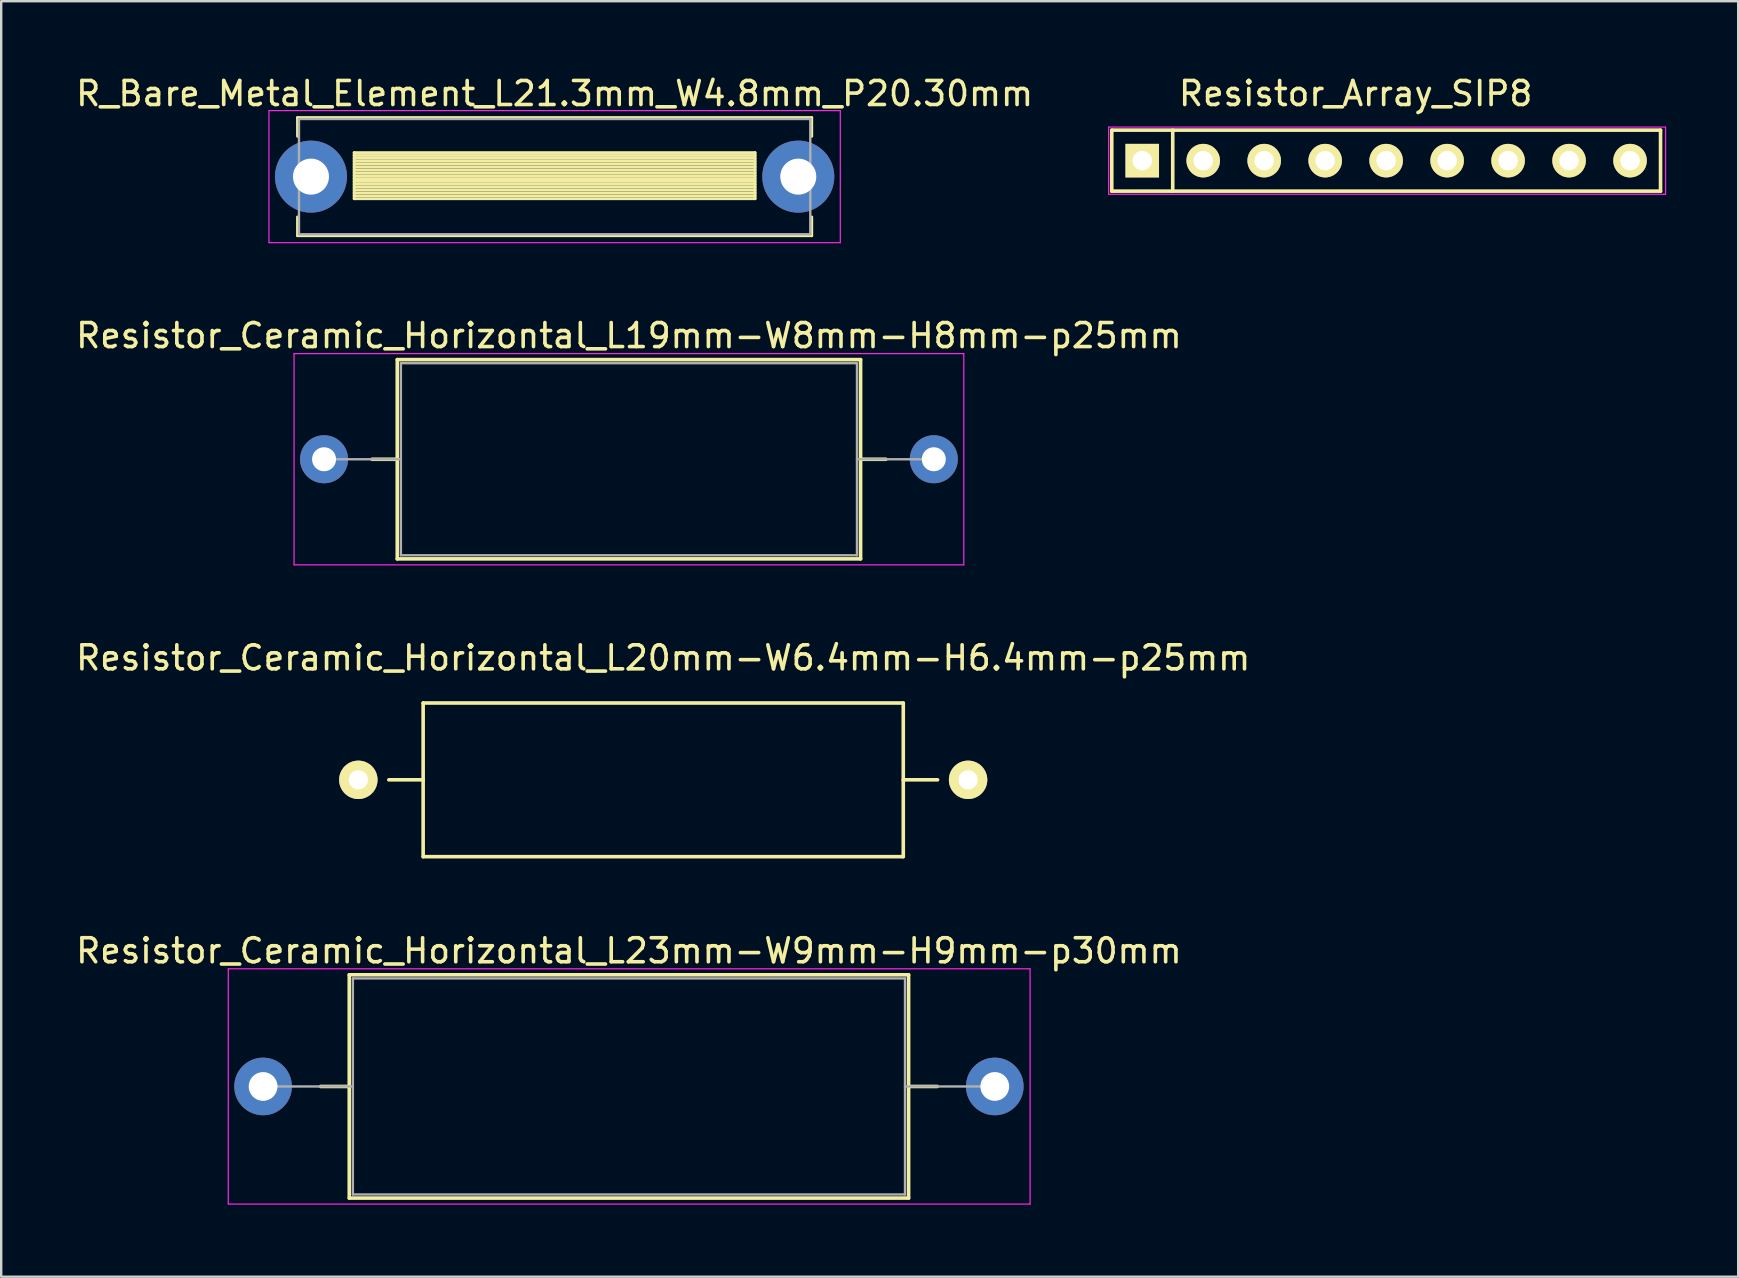
<source format=kicad_pcb>
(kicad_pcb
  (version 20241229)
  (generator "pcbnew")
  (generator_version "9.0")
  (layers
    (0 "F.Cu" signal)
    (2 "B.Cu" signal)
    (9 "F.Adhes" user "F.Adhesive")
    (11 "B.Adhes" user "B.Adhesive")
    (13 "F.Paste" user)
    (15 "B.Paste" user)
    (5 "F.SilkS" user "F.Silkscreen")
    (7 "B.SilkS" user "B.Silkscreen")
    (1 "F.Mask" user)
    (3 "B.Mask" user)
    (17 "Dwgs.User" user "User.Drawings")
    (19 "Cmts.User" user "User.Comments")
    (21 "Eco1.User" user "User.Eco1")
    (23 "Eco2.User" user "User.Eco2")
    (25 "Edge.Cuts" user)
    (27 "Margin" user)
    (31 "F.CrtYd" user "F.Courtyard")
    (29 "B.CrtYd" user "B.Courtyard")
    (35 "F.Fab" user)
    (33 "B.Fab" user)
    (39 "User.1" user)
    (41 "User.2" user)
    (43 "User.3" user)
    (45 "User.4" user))
  (footprint "Resistor_Ceramic_Horizontal_L19mm-W8mm-H8mm-p25mm"
    (layer "F.Cu")
    (at 10.449 16.081)
    (property "Reference" "Resistor_Ceramic_Horizontal_L19mm-W8mm-H8mm-p25mm" (at 12.7 -5.15 0) (layer "F.SilkS") (effects (font (size 1 1) (thickness 0.15))))
    (attr through_hole)
    (fp_line (start 2 0) (end 3.05 0) (stroke (width 0.15) (type solid)) (layer "F.SilkS"))
    (fp_line (start 3.05 -4.15) (end 3.05 4.15) (stroke (width 0.15) (type solid)) (layer "F.SilkS"))
    (fp_line (start 3.05 4.15) (end 22.35 4.15) (stroke (width 0.15) (type solid)) (layer "F.SilkS"))
    (fp_line (start 22.35 -4.15) (end 3.05 -4.15) (stroke (width 0.15) (type solid)) (layer "F.SilkS"))
    (fp_line (start 22.35 4.15) (end 22.35 -4.15) (stroke (width 0.15) (type solid)) (layer "F.SilkS"))
    (fp_line (start 23.4 0) (end 22.35 0) (stroke (width 0.15) (type solid)) (layer "F.SilkS"))
    (fp_line (start -1.25 -4.4) (end -1.25 4.4) (stroke (width 0.05) (type solid)) (layer "F.CrtYd"))
    (fp_line (start -1.25 4.4) (end 26.65 4.4) (stroke (width 0.05) (type solid)) (layer "F.CrtYd"))
    (fp_line (start 26.65 -4.4) (end -1.25 -4.4) (stroke (width 0.05) (type solid)) (layer "F.CrtYd"))
    (fp_line (start 26.65 4.4) (end 26.65 -4.4) (stroke (width 0.05) (type solid)) (layer "F.CrtYd"))
    (fp_line (start 0 0) (end 3.2 0) (stroke (width 0.1) (type solid)) (layer "F.Fab"))
    (fp_line (start 3.2 -4) (end 3.2 4) (stroke (width 0.1) (type solid)) (layer "F.Fab"))
    (fp_line (start 3.2 4) (end 22.2 4) (stroke (width 0.1) (type solid)) (layer "F.Fab"))
    (fp_line (start 22.2 -4) (end 3.2 -4) (stroke (width 0.1) (type solid)) (layer "F.Fab"))
    (fp_line (start 22.2 4) (end 22.2 -4) (stroke (width 0.1) (type solid)) (layer "F.Fab"))
    (fp_line (start 25.4 0) (end 22.2 0) (stroke (width 0.1) (type solid)) (layer "F.Fab"))
    (pad "1" thru_hole oval (at 0 0) (size 2 2) (drill 1) (layers "*.Cu" "*.Mask"))
    (pad "2" thru_hole oval (at 25.4 0) (size 2 2) (drill 1) (layers "*.Cu" "*.Mask")))
  (footprint "Resistor_Ceramic_Horizontal_L20mm-W6.4mm-H6.4mm-p25mm"
    (layer "F.Cu")
    (at 24.577 29.435)
    (property "Reference" "Resistor_Ceramic_Horizontal_L20mm-W6.4mm-H6.4mm-p25mm" (at 0 -5.08 0) (layer "F.SilkS") (effects (font (size 1 1) (thickness 0.15))))
    (attr through_hole)
    (fp_line (start -10 -3.2) (end -10 3.2) (stroke (width 0.15) (type solid)) (layer "F.SilkS"))
    (fp_line (start -10 0) (end -11.43 0) (stroke (width 0.15) (type solid)) (layer "F.SilkS"))
    (fp_line (start -10 3.2) (end 10 3.2) (stroke (width 0.15) (type solid)) (layer "F.SilkS"))
    (fp_line (start 10 -3.2) (end -10 -3.2) (stroke (width 0.15) (type solid)) (layer "F.SilkS"))
    (fp_line (start 10 0) (end 11.43 0) (stroke (width 0.15) (type solid)) (layer "F.SilkS"))
    (fp_line (start 10 3.2) (end 10 -3.2) (stroke (width 0.15) (type solid)) (layer "F.SilkS"))
    (pad "1" thru_hole circle (at -12.7 0 180) (size 1.6 1.6) (drill 0.8) (layers "*.Cu" "*.Mask" "F.SilkS"))
    (pad "2" thru_hole circle (at 12.7 0 180) (size 1.6 1.6) (drill 0.8) (layers "*.Cu" "*.Mask" "F.SilkS")))
  (footprint "Resistor_Array_SIP8"
    (layer "F.Cu")
    (at 44.532 3.642)
    (property "Reference" "Resistor_Array_SIP8" (at 8.89 -2.794 0) (layer "F.SilkS") (effects (font (size 1 1) (thickness 0.15))))
    (attr through_hole)
    (fp_line (start -1.27 1.27) (end -1.27 -1.27) (stroke (width 0.15) (type solid)) (layer "F.SilkS"))
    (fp_line (start 1.27 -1.27) (end 1.27 1.27) (stroke (width 0.15) (type solid)) (layer "F.SilkS"))
    (fp_line (start 21.59 -1.27) (end -1.27 -1.27) (stroke (width 0.15) (type solid)) (layer "F.SilkS"))
    (fp_line (start 21.59 -1.27) (end 21.59 1.27) (stroke (width 0.15) (type solid)) (layer "F.SilkS"))
    (fp_line (start 21.59 1.27) (end -1.27 1.27) (stroke (width 0.15) (type solid)) (layer "F.SilkS"))
    (fp_line (start -1.4 -1.4) (end -1.4 1.4) (stroke (width 0.05) (type solid)) (layer "F.CrtYd"))
    (fp_line (start -1.4 -1.4) (end 21.8 -1.4) (stroke (width 0.05) (type solid)) (layer "F.CrtYd"))
    (fp_line (start 21.8 -1.4) (end 21.8 1.4) (stroke (width 0.05) (type solid)) (layer "F.CrtYd"))
    (fp_line (start 21.8 1.4) (end -1.4 1.4) (stroke (width 0.05) (type solid)) (layer "F.CrtYd"))
    (pad "1" thru_hole rect (at 0 0) (size 1.397 1.397) (drill 0.813) (layers "*.Cu" "*.Mask" "F.SilkS"))
    (pad "2" thru_hole circle (at 2.54 0) (size 1.397 1.397) (drill 0.813) (layers "*.Cu" "*.Mask" "F.SilkS"))
    (pad "3" thru_hole circle (at 5.08 0) (size 1.397 1.397) (drill 0.813) (layers "*.Cu" "*.Mask" "F.SilkS"))
    (pad "4" thru_hole circle (at 7.62 0) (size 1.397 1.397) (drill 0.813) (layers "*.Cu" "*.Mask" "F.SilkS"))
    (pad "5" thru_hole circle (at 10.16 0) (size 1.397 1.397) (drill 0.813) (layers "*.Cu" "*.Mask" "F.SilkS"))
    (pad "6" thru_hole circle (at 12.7 0) (size 1.397 1.397) (drill 0.813) (layers "*.Cu" "*.Mask" "F.SilkS"))
    (pad "7" thru_hole circle (at 15.24 0) (size 1.397 1.397) (drill 0.813) (layers "*.Cu" "*.Mask" "F.SilkS"))
    (pad "8" thru_hole circle (at 17.78 0) (size 1.397 1.397) (drill 0.813) (layers "*.Cu" "*.Mask" "F.SilkS"))
    (pad "9" thru_hole circle (at 20.32 0) (size 1.397 1.397) (drill 0.813) (layers "*.Cu" "*.Mask" "F.SilkS")))
  (footprint "R_Bare_Metal_Element_L21.3mm_W4.8mm_P20.30mm"
    (layer "F.Cu")
    (at 9.904 4.308)
    (property "Reference" "R_Bare_Metal_Element_L21.3mm_W4.8mm_P20.30mm" (at 10.15 -3.46 0) (layer "F.SilkS") (effects (font (size 1 1) (thickness 0.15))))
    (attr through_hole)
    (fp_line (start -0.56 -2.46) (end 20.86 -2.46) (stroke (width 0.12) (type solid)) (layer "F.SilkS"))
    (fp_line (start -0.56 -1.68) (end -0.56 -2.46) (stroke (width 0.12) (type solid)) (layer "F.SilkS"))
    (fp_line (start -0.56 1.68) (end -0.56 2.46) (stroke (width 0.12) (type solid)) (layer "F.SilkS"))
    (fp_line (start -0.56 2.46) (end 20.86 2.46) (stroke (width 0.12) (type solid)) (layer "F.SilkS"))
    (fp_line (start 1.8 -1) (end 1.8 0.92) (stroke (width 0.12) (type solid)) (layer "F.SilkS"))
    (fp_line (start 1.8 -1) (end 18.5 -1) (stroke (width 0.12) (type solid)) (layer "F.SilkS"))
    (fp_line (start 1.8 -0.88) (end 18.5 -0.88) (stroke (width 0.12) (type solid)) (layer "F.SilkS"))
    (fp_line (start 1.8 -0.76) (end 18.5 -0.76) (stroke (width 0.12) (type solid)) (layer "F.SilkS"))
    (fp_line (start 1.8 -0.64) (end 18.5 -0.64) (stroke (width 0.12) (type solid)) (layer "F.SilkS"))
    (fp_line (start 1.8 -0.52) (end 18.5 -0.52) (stroke (width 0.12) (type solid)) (layer "F.SilkS"))
    (fp_line (start 1.8 -0.4) (end 18.5 -0.4) (stroke (width 0.12) (type solid)) (layer "F.SilkS"))
    (fp_line (start 1.8 -0.28) (end 18.5 -0.28) (stroke (width 0.12) (type solid)) (layer "F.SilkS"))
    (fp_line (start 1.8 -0.16) (end 18.5 -0.16) (stroke (width 0.12) (type solid)) (layer "F.SilkS"))
    (fp_line (start 1.8 -0.04) (end 18.5 -0.04) (stroke (width 0.12) (type solid)) (layer "F.SilkS"))
    (fp_line (start 1.8 0.08) (end 18.5 0.08) (stroke (width 0.12) (type solid)) (layer "F.SilkS"))
    (fp_line (start 1.8 0.2) (end 18.5 0.2) (stroke (width 0.12) (type solid)) (layer "F.SilkS"))
    (fp_line (start 1.8 0.32) (end 18.5 0.32) (stroke (width 0.12) (type solid)) (layer "F.SilkS"))
    (fp_line (start 1.8 0.44) (end 18.5 0.44) (stroke (width 0.12) (type solid)) (layer "F.SilkS"))
    (fp_line (start 1.8 0.56) (end 18.5 0.56) (stroke (width 0.12) (type solid)) (layer "F.SilkS"))
    (fp_line (start 1.8 0.68) (end 18.5 0.68) (stroke (width 0.12) (type solid)) (layer "F.SilkS"))
    (fp_line (start 1.8 0.8) (end 18.5 0.8) (stroke (width 0.12) (type solid)) (layer "F.SilkS"))
    (fp_line (start 1.8 0.92) (end 18.5 0.92) (stroke (width 0.12) (type solid)) (layer "F.SilkS"))
    (fp_line (start 18.5 -1) (end 18.5 0.92) (stroke (width 0.12) (type solid)) (layer "F.SilkS"))
    (fp_line (start 20.86 -2.46) (end 20.86 -1.68) (stroke (width 0.12) (type solid)) (layer "F.SilkS"))
    (fp_line (start 20.86 2.46) (end 20.86 1.68) (stroke (width 0.12) (type solid)) (layer "F.SilkS"))
    (fp_line (start -1.75 -2.75) (end -1.75 2.75) (stroke (width 0.05) (type solid)) (layer "F.CrtYd"))
    (fp_line (start -1.75 2.75) (end 22.05 2.75) (stroke (width 0.05) (type solid)) (layer "F.CrtYd"))
    (fp_line (start 22.05 -2.75) (end -1.75 -2.75) (stroke (width 0.05) (type solid)) (layer "F.CrtYd"))
    (fp_line (start 22.05 2.75) (end 22.05 -2.75) (stroke (width 0.05) (type solid)) (layer "F.CrtYd"))
    (fp_line (start -0.5 -2.4) (end -0.5 2.4) (stroke (width 0.1) (type solid)) (layer "F.Fab"))
    (fp_line (start -0.5 2.4) (end 20.8 2.4) (stroke (width 0.1) (type solid)) (layer "F.Fab"))
    (fp_line (start 20.8 -2.4) (end -0.5 -2.4) (stroke (width 0.1) (type solid)) (layer "F.Fab"))
    (fp_line (start 20.8 2.4) (end 20.8 -2.4) (stroke (width 0.1) (type solid)) (layer "F.Fab"))
    (pad "1" thru_hole circle (at 0 0) (size 3 3) (drill 1.5) (layers "*.Cu" "*.Mask"))
    (pad "2" thru_hole oval (at 20.3 0) (size 3 3) (drill 1.5) (layers "*.Cu" "*.Mask")))
  (footprint "Resistor_Ceramic_Horizontal_L23mm-W9mm-H9mm-p30mm"
    (layer "F.Cu")
    (at 7.909 42.208)
    (property "Reference" "Resistor_Ceramic_Horizontal_L23mm-W9mm-H9mm-p30mm" (at 15.24 -5.65 0) (layer "F.SilkS") (effects (font (size 1 1) (thickness 0.15))))
    (attr through_hole)
    (fp_line (start 2.4 0) (end 3.59 0) (stroke (width 0.15) (type solid)) (layer "F.SilkS"))
    (fp_line (start 3.59 -4.65) (end 3.59 4.65) (stroke (width 0.15) (type solid)) (layer "F.SilkS"))
    (fp_line (start 3.59 4.65) (end 26.89 4.65) (stroke (width 0.15) (type solid)) (layer "F.SilkS"))
    (fp_line (start 26.89 -4.65) (end 3.59 -4.65) (stroke (width 0.15) (type solid)) (layer "F.SilkS"))
    (fp_line (start 26.89 4.65) (end 26.89 -4.65) (stroke (width 0.15) (type solid)) (layer "F.SilkS"))
    (fp_line (start 28.08 0) (end 26.89 0) (stroke (width 0.15) (type solid)) (layer "F.SilkS"))
    (fp_line (start -1.45 -4.9) (end -1.45 4.9) (stroke (width 0.05) (type solid)) (layer "F.CrtYd"))
    (fp_line (start -1.45 4.9) (end 31.95 4.9) (stroke (width 0.05) (type solid)) (layer "F.CrtYd"))
    (fp_line (start 31.95 -4.9) (end -1.45 -4.9) (stroke (width 0.05) (type solid)) (layer "F.CrtYd"))
    (fp_line (start 31.95 4.9) (end 31.95 -4.9) (stroke (width 0.05) (type solid)) (layer "F.CrtYd"))
    (fp_line (start 0 0) (end 3.74 0) (stroke (width 0.1) (type solid)) (layer "F.Fab"))
    (fp_line (start 3.74 -4.5) (end 3.74 4.5) (stroke (width 0.1) (type solid)) (layer "F.Fab"))
    (fp_line (start 3.74 4.5) (end 26.74 4.5) (stroke (width 0.1) (type solid)) (layer "F.Fab"))
    (fp_line (start 26.74 -4.5) (end 3.74 -4.5) (stroke (width 0.1) (type solid)) (layer "F.Fab"))
    (fp_line (start 26.74 4.5) (end 26.74 -4.5) (stroke (width 0.1) (type solid)) (layer "F.Fab"))
    (fp_line (start 30.48 0) (end 26.74 0) (stroke (width 0.1) (type solid)) (layer "F.Fab"))
    (pad "1" thru_hole oval (at 0 0) (size 2.4 2.4) (drill 1.2) (layers "*.Cu" "*.Mask"))
    (pad "2" thru_hole oval (at 30.48 0) (size 2.4 2.4) (drill 1.2) (layers "*.Cu" "*.Mask")))
  (gr_rect
    (start -3 -3)
    (end 69.357 50.133)
    (stroke (width 0.1) (type default))
    (fill no)
    (layer "Edge.Cuts")))
</source>
